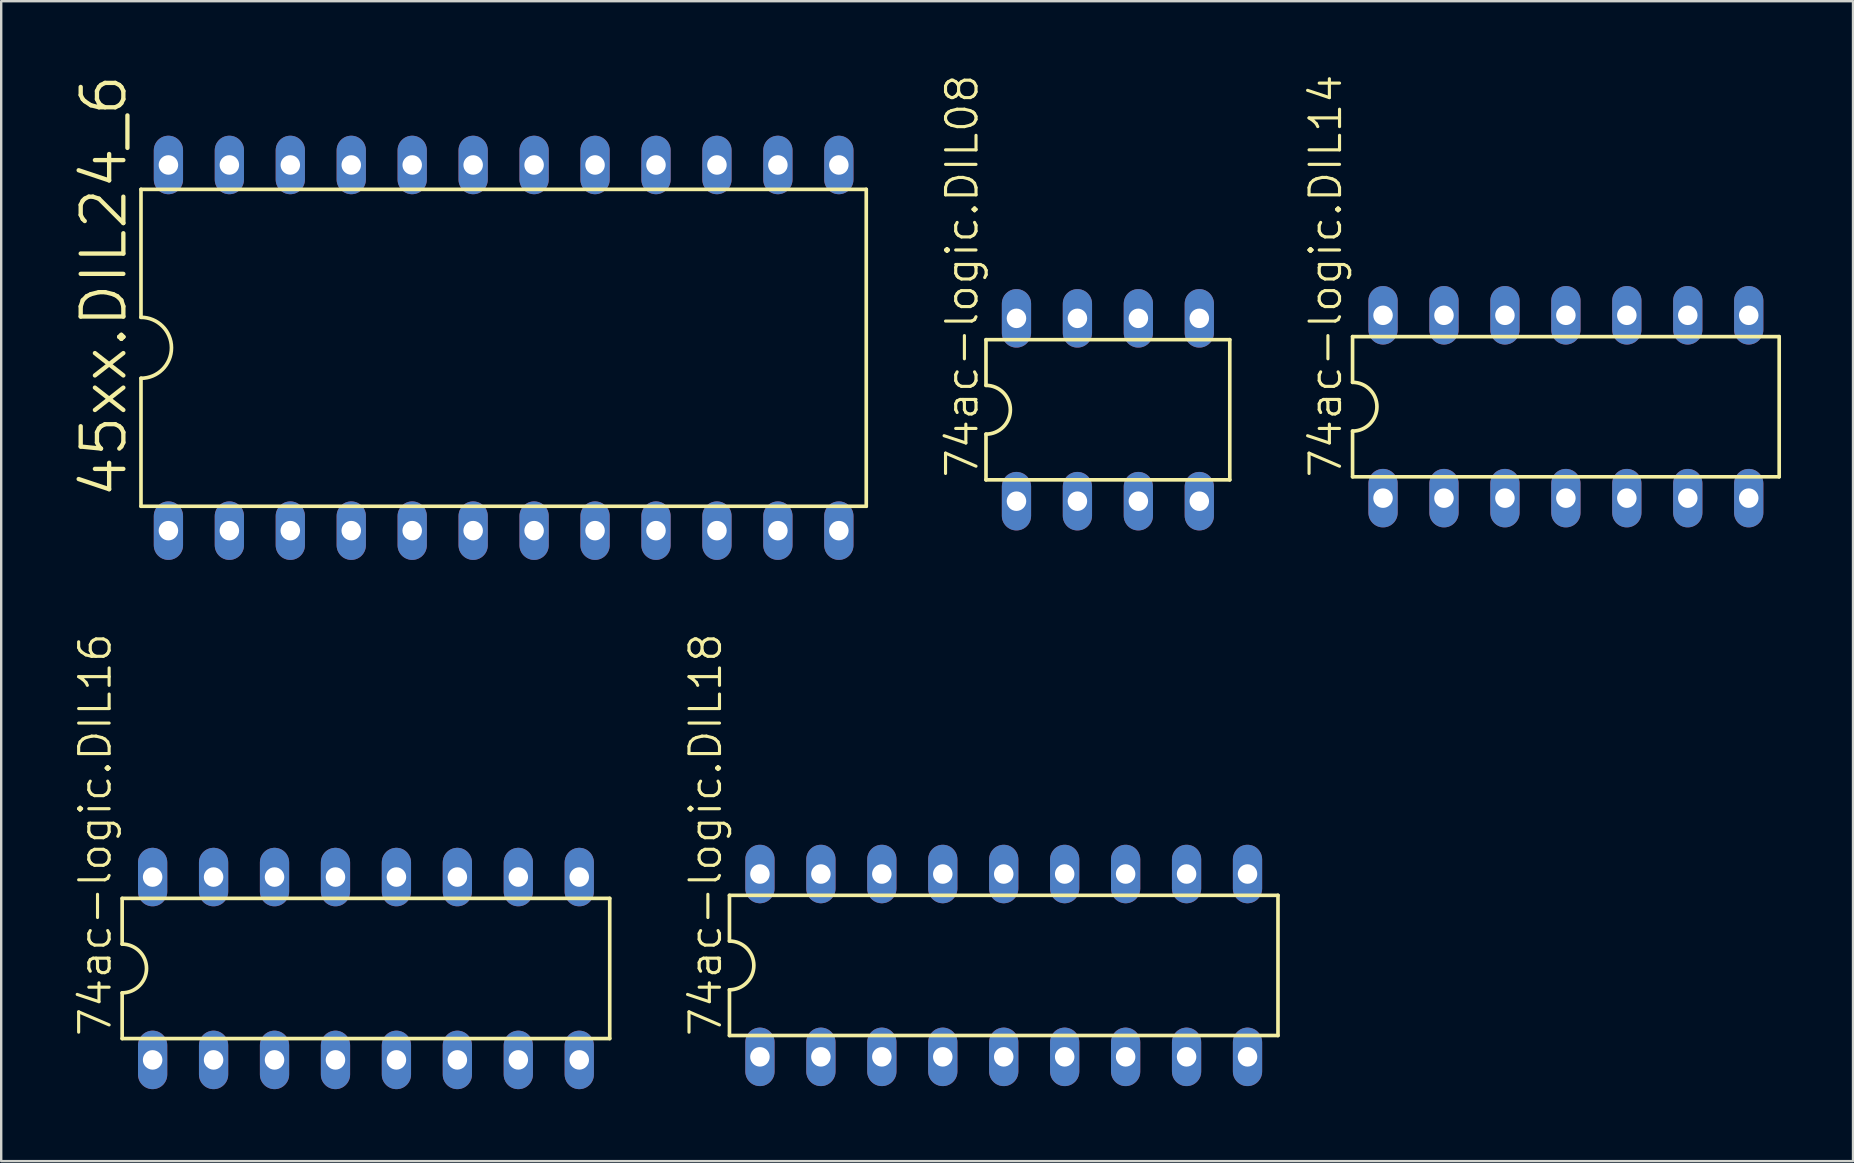
<source format=kicad_pcb>
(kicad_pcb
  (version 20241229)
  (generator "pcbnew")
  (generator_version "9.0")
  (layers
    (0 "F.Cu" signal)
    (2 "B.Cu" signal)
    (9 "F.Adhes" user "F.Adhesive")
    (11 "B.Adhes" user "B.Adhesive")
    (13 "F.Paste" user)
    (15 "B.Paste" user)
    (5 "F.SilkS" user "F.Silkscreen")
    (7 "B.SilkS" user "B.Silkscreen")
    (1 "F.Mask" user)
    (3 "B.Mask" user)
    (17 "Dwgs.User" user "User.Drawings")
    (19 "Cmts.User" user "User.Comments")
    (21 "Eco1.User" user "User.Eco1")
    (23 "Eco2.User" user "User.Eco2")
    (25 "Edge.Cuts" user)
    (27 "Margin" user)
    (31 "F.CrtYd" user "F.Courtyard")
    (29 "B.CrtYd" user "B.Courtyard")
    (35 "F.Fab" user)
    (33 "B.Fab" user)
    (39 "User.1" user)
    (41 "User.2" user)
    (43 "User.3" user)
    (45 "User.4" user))
  (footprint "74ac-logic.DIL16"
    (layer "F.Cu")
    (at 12.201 37.312)
    (property "Reference" "74ac-logic.DIL16" (at -10.541 2.921 90) (layer "F.SilkS") (effects (font (size 1.27 1.27) (thickness 0.13)) (justify left bottom)))
    (attr through_hole)
    (fp_line (start -10.16 -2.921) (end -10.16 -1.016) (stroke (width 0.152) (type default)) (layer "F.SilkS"))
    (fp_line (start -10.16 2.921) (end -10.16 1.016) (stroke (width 0.152) (type default)) (layer "F.SilkS"))
    (fp_line (start -10.16 2.921) (end 10.16 2.921) (stroke (width 0.152) (type default)) (layer "F.SilkS"))
    (fp_line (start 10.16 -2.921) (end -10.16 -2.921) (stroke (width 0.152) (type default)) (layer "F.SilkS"))
    (fp_line (start 10.16 -2.921) (end 10.16 2.921) (stroke (width 0.152) (type default)) (layer "F.SilkS"))
    (fp_arc (start -10.16 -1.016) (mid -9.144 0) (end -10.16 1.016) (stroke (width 0.1524) (type default)) (layer "F.SilkS"))
    (pad "1" thru_hole oval (at -8.89 3.81 90) (size 2.438 1.219) (drill 0.813) (layers "*.Cu" "*.Mask"))
    (pad "2" thru_hole oval (at -6.35 3.81 90) (size 2.438 1.219) (drill 0.813) (layers "*.Cu" "*.Mask"))
    (pad "3" thru_hole oval (at -3.81 3.81 90) (size 2.438 1.219) (drill 0.813) (layers "*.Cu" "*.Mask"))
    (pad "4" thru_hole oval (at -1.27 3.81 90) (size 2.438 1.219) (drill 0.813) (layers "*.Cu" "*.Mask"))
    (pad "5" thru_hole oval (at 1.27 3.81 90) (size 2.438 1.219) (drill 0.813) (layers "*.Cu" "*.Mask"))
    (pad "6" thru_hole oval (at 3.81 3.81 90) (size 2.438 1.219) (drill 0.813) (layers "*.Cu" "*.Mask"))
    (pad "7" thru_hole oval (at 6.35 3.81 90) (size 2.438 1.219) (drill 0.813) (layers "*.Cu" "*.Mask"))
    (pad "8" thru_hole oval (at 8.89 3.81 90) (size 2.438 1.219) (drill 0.813) (layers "*.Cu" "*.Mask"))
    (pad "9" thru_hole oval (at 8.89 -3.81 90) (size 2.438 1.219) (drill 0.813) (layers "*.Cu" "*.Mask"))
    (pad "10" thru_hole oval (at 6.35 -3.81 90) (size 2.438 1.219) (drill 0.813) (layers "*.Cu" "*.Mask"))
    (pad "11" thru_hole oval (at 3.81 -3.81 90) (size 2.438 1.219) (drill 0.813) (layers "*.Cu" "*.Mask"))
    (pad "12" thru_hole oval (at 1.27 -3.81 90) (size 2.438 1.219) (drill 0.813) (layers "*.Cu" "*.Mask"))
    (pad "13" thru_hole oval (at -1.27 -3.81 90) (size 2.438 1.219) (drill 0.813) (layers "*.Cu" "*.Mask"))
    (pad "14" thru_hole oval (at -3.81 -3.81 90) (size 2.438 1.219) (drill 0.813) (layers "*.Cu" "*.Mask"))
    (pad "15" thru_hole oval (at -6.35 -3.81 90) (size 2.438 1.219) (drill 0.813) (layers "*.Cu" "*.Mask"))
    (pad "16" thru_hole oval (at -8.89 -3.81 90) (size 2.438 1.219) (drill 0.813) (layers "*.Cu" "*.Mask")))
  (footprint "74ac-logic.DIL14"
    (layer "F.Cu")
    (at 62.209 13.9)
    (property "Reference" "74ac-logic.DIL14" (at -9.271 3.048 90) (layer "F.SilkS") (effects (font (size 1.27 1.27) (thickness 0.13)) (justify left bottom)))
    (attr through_hole)
    (fp_line (start -8.89 -2.921) (end -8.89 -1.016) (stroke (width 0.152) (type default)) (layer "F.SilkS"))
    (fp_line (start -8.89 2.921) (end -8.89 1.016) (stroke (width 0.152) (type default)) (layer "F.SilkS"))
    (fp_line (start -8.89 2.921) (end 8.89 2.921) (stroke (width 0.152) (type default)) (layer "F.SilkS"))
    (fp_line (start 8.89 -2.921) (end -8.89 -2.921) (stroke (width 0.152) (type default)) (layer "F.SilkS"))
    (fp_line (start 8.89 -2.921) (end 8.89 2.921) (stroke (width 0.152) (type default)) (layer "F.SilkS"))
    (fp_arc (start -8.89 -1.016) (mid -7.874 0) (end -8.89 1.016) (stroke (width 0.1524) (type default)) (layer "F.SilkS"))
    (pad "1" thru_hole oval (at -7.62 3.81 90) (size 2.438 1.219) (drill 0.813) (layers "*.Cu" "*.Mask"))
    (pad "2" thru_hole oval (at -5.08 3.81 90) (size 2.438 1.219) (drill 0.813) (layers "*.Cu" "*.Mask"))
    (pad "3" thru_hole oval (at -2.54 3.81 90) (size 2.438 1.219) (drill 0.813) (layers "*.Cu" "*.Mask"))
    (pad "4" thru_hole oval (at 0 3.81 90) (size 2.438 1.219) (drill 0.813) (layers "*.Cu" "*.Mask"))
    (pad "5" thru_hole oval (at 2.54 3.81 90) (size 2.438 1.219) (drill 0.813) (layers "*.Cu" "*.Mask"))
    (pad "6" thru_hole oval (at 5.08 3.81 90) (size 2.438 1.219) (drill 0.813) (layers "*.Cu" "*.Mask"))
    (pad "7" thru_hole oval (at 7.62 3.81 90) (size 2.438 1.219) (drill 0.813) (layers "*.Cu" "*.Mask"))
    (pad "8" thru_hole oval (at 7.62 -3.81 90) (size 2.438 1.219) (drill 0.813) (layers "*.Cu" "*.Mask"))
    (pad "9" thru_hole oval (at 5.08 -3.81 90) (size 2.438 1.219) (drill 0.813) (layers "*.Cu" "*.Mask"))
    (pad "10" thru_hole oval (at 2.54 -3.81 90) (size 2.438 1.219) (drill 0.813) (layers "*.Cu" "*.Mask"))
    (pad "11" thru_hole oval (at 0 -3.81 90) (size 2.438 1.219) (drill 0.813) (layers "*.Cu" "*.Mask"))
    (pad "12" thru_hole oval (at -2.54 -3.81 90) (size 2.438 1.219) (drill 0.813) (layers "*.Cu" "*.Mask"))
    (pad "13" thru_hole oval (at -5.08 -3.81 90) (size 2.438 1.219) (drill 0.813) (layers "*.Cu" "*.Mask"))
    (pad "14" thru_hole oval (at -7.62 -3.81 90) (size 2.438 1.219) (drill 0.813) (layers "*.Cu" "*.Mask")))
  (footprint "45xx.DIL24_6"
    (layer "F.Cu")
    (at 17.939 11.445)
    (property "Reference" "45xx.DIL24_6" (at -15.621 6.35 90) (layer "F.SilkS") (effects (font (size 1.778 1.778) (thickness 0.18)) (justify left bottom)))
    (attr through_hole)
    (fp_line (start -15.113 -6.604) (end -15.113 -1.27) (stroke (width 0.152) (type default)) (layer "F.SilkS"))
    (fp_line (start -15.113 -6.604) (end 15.113 -6.604) (stroke (width 0.152) (type default)) (layer "F.SilkS"))
    (fp_line (start -15.113 1.27) (end -15.113 6.604) (stroke (width 0.152) (type default)) (layer "F.SilkS"))
    (fp_line (start -15.113 6.604) (end 15.113 6.604) (stroke (width 0.152) (type default)) (layer "F.SilkS"))
    (fp_line (start 15.113 6.604) (end 15.113 -6.604) (stroke (width 0.152) (type default)) (layer "F.SilkS"))
    (fp_arc (start -15.113 -1.27) (mid -13.843 0) (end -15.113 1.27) (stroke (width 0.1524) (type default)) (layer "F.SilkS"))
    (pad "1" thru_hole oval (at -13.97 7.62 90) (size 2.438 1.219) (drill 0.813) (layers "*.Cu" "*.Mask"))
    (pad "2" thru_hole oval (at -11.43 7.62 90) (size 2.438 1.219) (drill 0.813) (layers "*.Cu" "*.Mask"))
    (pad "3" thru_hole oval (at -8.89 7.62 90) (size 2.438 1.219) (drill 0.813) (layers "*.Cu" "*.Mask"))
    (pad "4" thru_hole oval (at -6.35 7.62 90) (size 2.438 1.219) (drill 0.813) (layers "*.Cu" "*.Mask"))
    (pad "5" thru_hole oval (at -3.81 7.62 90) (size 2.438 1.219) (drill 0.813) (layers "*.Cu" "*.Mask"))
    (pad "6" thru_hole oval (at -1.27 7.62 90) (size 2.438 1.219) (drill 0.813) (layers "*.Cu" "*.Mask"))
    (pad "7" thru_hole oval (at 1.27 7.62 90) (size 2.438 1.219) (drill 0.813) (layers "*.Cu" "*.Mask"))
    (pad "8" thru_hole oval (at 3.81 7.62 90) (size 2.438 1.219) (drill 0.813) (layers "*.Cu" "*.Mask"))
    (pad "9" thru_hole oval (at 6.35 7.62 90) (size 2.438 1.219) (drill 0.813) (layers "*.Cu" "*.Mask"))
    (pad "10" thru_hole oval (at 8.89 7.62 90) (size 2.438 1.219) (drill 0.813) (layers "*.Cu" "*.Mask"))
    (pad "11" thru_hole oval (at 11.43 7.62 90) (size 2.438 1.219) (drill 0.813) (layers "*.Cu" "*.Mask"))
    (pad "12" thru_hole oval (at 13.97 7.62 90) (size 2.438 1.219) (drill 0.813) (layers "*.Cu" "*.Mask"))
    (pad "13" thru_hole oval (at 13.97 -7.62 90) (size 2.438 1.219) (drill 0.813) (layers "*.Cu" "*.Mask"))
    (pad "14" thru_hole oval (at 11.43 -7.62 90) (size 2.438 1.219) (drill 0.813) (layers "*.Cu" "*.Mask"))
    (pad "15" thru_hole oval (at 8.89 -7.62 90) (size 2.438 1.219) (drill 0.813) (layers "*.Cu" "*.Mask"))
    (pad "16" thru_hole oval (at 6.35 -7.62 90) (size 2.438 1.219) (drill 0.813) (layers "*.Cu" "*.Mask"))
    (pad "17" thru_hole oval (at 3.81 -7.62 90) (size 2.438 1.219) (drill 0.813) (layers "*.Cu" "*.Mask"))
    (pad "18" thru_hole oval (at 1.27 -7.62 90) (size 2.438 1.219) (drill 0.813) (layers "*.Cu" "*.Mask"))
    (pad "19" thru_hole oval (at -1.27 -7.62 90) (size 2.438 1.219) (drill 0.813) (layers "*.Cu" "*.Mask"))
    (pad "20" thru_hole oval (at -3.81 -7.62 90) (size 2.438 1.219) (drill 0.813) (layers "*.Cu" "*.Mask"))
    (pad "21" thru_hole oval (at -6.35 -7.62 90) (size 2.438 1.219) (drill 0.813) (layers "*.Cu" "*.Mask"))
    (pad "22" thru_hole oval (at -8.89 -7.62 90) (size 2.438 1.219) (drill 0.813) (layers "*.Cu" "*.Mask"))
    (pad "23" thru_hole oval (at -11.43 -7.62 90) (size 2.438 1.219) (drill 0.813) (layers "*.Cu" "*.Mask"))
    (pad "24" thru_hole oval (at -13.97 -7.62 90) (size 2.438 1.219) (drill 0.813) (layers "*.Cu" "*.Mask")))
  (footprint "74ac-logic.DIL18"
    (layer "F.Cu")
    (at 38.781 37.185)
    (property "Reference" "74ac-logic.DIL18" (at -11.684 3.048 90) (layer "F.SilkS") (effects (font (size 1.27 1.27) (thickness 0.13)) (justify left bottom)))
    (attr through_hole)
    (fp_line (start -11.43 -2.921) (end -11.43 -1.016) (stroke (width 0.152) (type default)) (layer "F.SilkS"))
    (fp_line (start -11.43 2.921) (end -11.43 1.016) (stroke (width 0.152) (type default)) (layer "F.SilkS"))
    (fp_line (start -11.43 2.921) (end 11.43 2.921) (stroke (width 0.152) (type default)) (layer "F.SilkS"))
    (fp_line (start 11.43 -2.921) (end -11.43 -2.921) (stroke (width 0.152) (type default)) (layer "F.SilkS"))
    (fp_line (start 11.43 -2.921) (end 11.43 2.921) (stroke (width 0.152) (type default)) (layer "F.SilkS"))
    (fp_arc (start -11.43 -1.016) (mid -10.414 0) (end -11.43 1.016) (stroke (width 0.1524) (type default)) (layer "F.SilkS"))
    (pad "1" thru_hole oval (at -10.16 3.81 90) (size 2.438 1.219) (drill 0.813) (layers "*.Cu" "*.Mask"))
    (pad "2" thru_hole oval (at -7.62 3.81 90) (size 2.438 1.219) (drill 0.813) (layers "*.Cu" "*.Mask"))
    (pad "3" thru_hole oval (at -5.08 3.81 90) (size 2.438 1.219) (drill 0.813) (layers "*.Cu" "*.Mask"))
    (pad "4" thru_hole oval (at -2.54 3.81 90) (size 2.438 1.219) (drill 0.813) (layers "*.Cu" "*.Mask"))
    (pad "5" thru_hole oval (at 0 3.81 90) (size 2.438 1.219) (drill 0.813) (layers "*.Cu" "*.Mask"))
    (pad "6" thru_hole oval (at 2.54 3.81 90) (size 2.438 1.219) (drill 0.813) (layers "*.Cu" "*.Mask"))
    (pad "7" thru_hole oval (at 5.08 3.81 90) (size 2.438 1.219) (drill 0.813) (layers "*.Cu" "*.Mask"))
    (pad "8" thru_hole oval (at 7.62 3.81 90) (size 2.438 1.219) (drill 0.813) (layers "*.Cu" "*.Mask"))
    (pad "9" thru_hole oval (at 10.16 3.81 90) (size 2.438 1.219) (drill 0.813) (layers "*.Cu" "*.Mask"))
    (pad "10" thru_hole oval (at 10.16 -3.81 90) (size 2.438 1.219) (drill 0.813) (layers "*.Cu" "*.Mask"))
    (pad "11" thru_hole oval (at 7.62 -3.81 90) (size 2.438 1.219) (drill 0.813) (layers "*.Cu" "*.Mask"))
    (pad "12" thru_hole oval (at 5.08 -3.81 90) (size 2.438 1.219) (drill 0.813) (layers "*.Cu" "*.Mask"))
    (pad "13" thru_hole oval (at 2.54 -3.81 90) (size 2.438 1.219) (drill 0.813) (layers "*.Cu" "*.Mask"))
    (pad "14" thru_hole oval (at 0 -3.81 90) (size 2.438 1.219) (drill 0.813) (layers "*.Cu" "*.Mask"))
    (pad "15" thru_hole oval (at -2.54 -3.81 90) (size 2.438 1.219) (drill 0.813) (layers "*.Cu" "*.Mask"))
    (pad "16" thru_hole oval (at -5.08 -3.81 90) (size 2.438 1.219) (drill 0.813) (layers "*.Cu" "*.Mask"))
    (pad "17" thru_hole oval (at -7.62 -3.81 90) (size 2.438 1.219) (drill 0.813) (layers "*.Cu" "*.Mask"))
    (pad "18" thru_hole oval (at -10.16 -3.81 90) (size 2.438 1.219) (drill 0.813) (layers "*.Cu" "*.Mask")))
  (footprint "74ac-logic.DIL08"
    (layer "F.Cu")
    (at 43.122 14.027)
    (property "Reference" "74ac-logic.DIL08" (at -5.334 2.921 90) (layer "F.SilkS") (effects (font (size 1.27 1.27) (thickness 0.13)) (justify left bottom)))
    (attr through_hole)
    (fp_line (start -5.08 -2.921) (end -5.08 -1.016) (stroke (width 0.152) (type default)) (layer "F.SilkS"))
    (fp_line (start -5.08 2.921) (end -5.08 1.016) (stroke (width 0.152) (type default)) (layer "F.SilkS"))
    (fp_line (start -5.08 2.921) (end 5.08 2.921) (stroke (width 0.152) (type default)) (layer "F.SilkS"))
    (fp_line (start 5.08 -2.921) (end -5.08 -2.921) (stroke (width 0.152) (type default)) (layer "F.SilkS"))
    (fp_line (start 5.08 -2.921) (end 5.08 2.921) (stroke (width 0.152) (type default)) (layer "F.SilkS"))
    (fp_arc (start -5.08 -1.016) (mid -4.064 0) (end -5.08 1.016) (stroke (width 0.1524) (type default)) (layer "F.SilkS"))
    (pad "1" thru_hole oval (at -3.81 3.81 90) (size 2.438 1.219) (drill 0.813) (layers "*.Cu" "*.Mask"))
    (pad "2" thru_hole oval (at -1.27 3.81 90) (size 2.438 1.219) (drill 0.813) (layers "*.Cu" "*.Mask"))
    (pad "3" thru_hole oval (at 1.27 3.81 90) (size 2.438 1.219) (drill 0.813) (layers "*.Cu" "*.Mask"))
    (pad "4" thru_hole oval (at 3.81 3.81 90) (size 2.438 1.219) (drill 0.813) (layers "*.Cu" "*.Mask"))
    (pad "5" thru_hole oval (at 3.81 -3.81 90) (size 2.438 1.219) (drill 0.813) (layers "*.Cu" "*.Mask"))
    (pad "6" thru_hole oval (at 1.27 -3.81 90) (size 2.438 1.219) (drill 0.813) (layers "*.Cu" "*.Mask"))
    (pad "7" thru_hole oval (at -1.27 -3.81 90) (size 2.438 1.219) (drill 0.813) (layers "*.Cu" "*.Mask"))
    (pad "8" thru_hole oval (at -3.81 -3.81 90) (size 2.438 1.219) (drill 0.813) (layers "*.Cu" "*.Mask")))
  (gr_rect
    (start -3 -3)
    (end 74.176 45.341)
    (stroke (width 0.1) (type default))
    (fill no)
    (layer "Edge.Cuts")))
</source>
